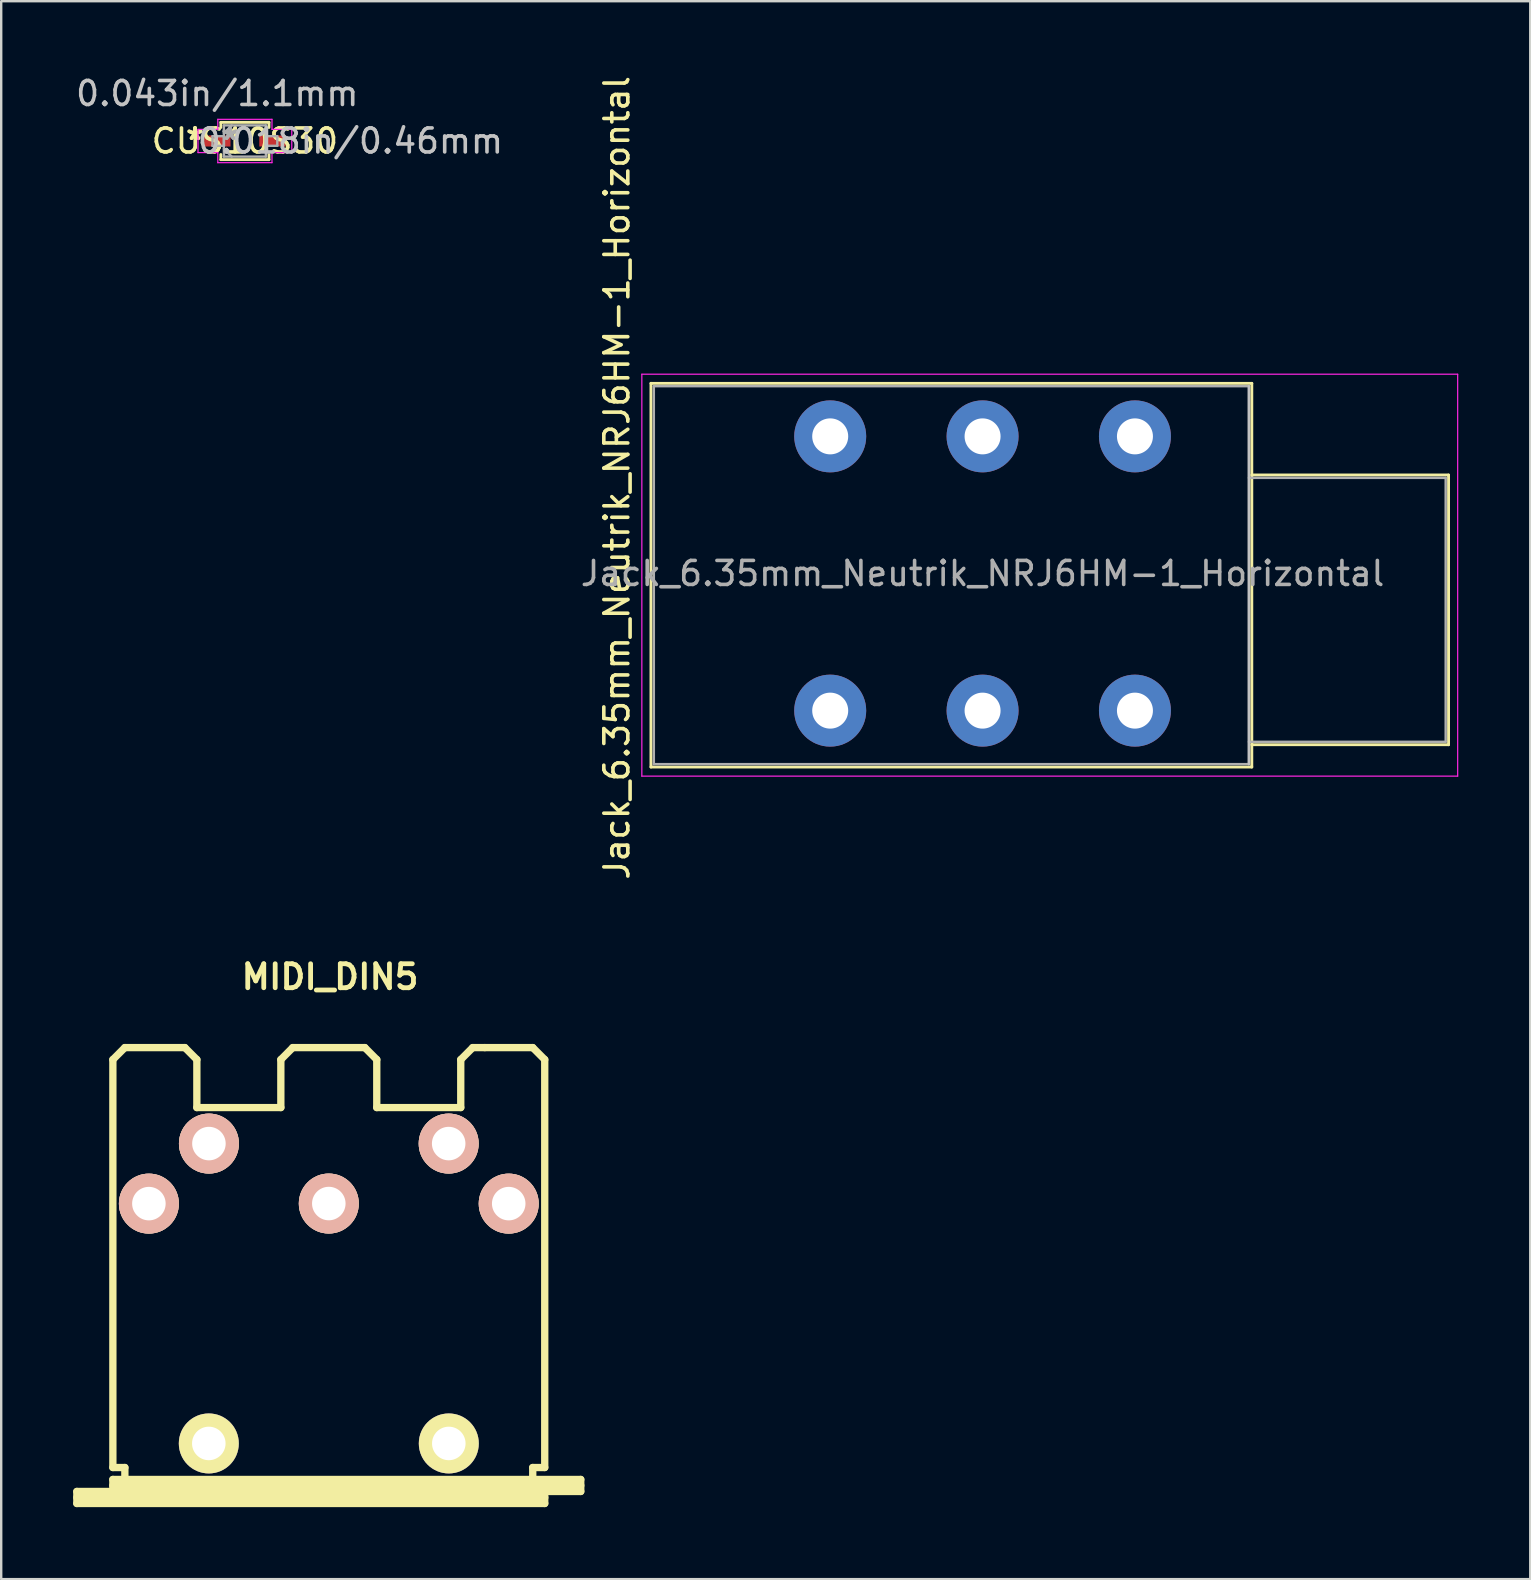
<source format=kicad_pcb>
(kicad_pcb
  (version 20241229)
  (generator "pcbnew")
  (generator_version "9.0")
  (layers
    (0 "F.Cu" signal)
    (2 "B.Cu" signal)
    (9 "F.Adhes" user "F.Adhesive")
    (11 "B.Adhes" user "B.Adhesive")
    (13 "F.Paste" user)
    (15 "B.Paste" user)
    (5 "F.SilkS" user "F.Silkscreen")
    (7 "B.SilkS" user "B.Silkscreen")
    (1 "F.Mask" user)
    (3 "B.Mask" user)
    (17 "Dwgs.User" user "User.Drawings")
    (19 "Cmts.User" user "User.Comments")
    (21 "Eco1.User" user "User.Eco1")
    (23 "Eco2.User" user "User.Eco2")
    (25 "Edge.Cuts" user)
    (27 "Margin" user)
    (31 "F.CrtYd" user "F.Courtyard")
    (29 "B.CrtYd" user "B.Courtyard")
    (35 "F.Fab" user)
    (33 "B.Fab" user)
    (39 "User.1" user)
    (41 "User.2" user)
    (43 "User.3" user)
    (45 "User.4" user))
  (footprint "MIDI_DIN5"
    (layer "F.Cu")
    (at 10.653 50.108)
    (property "Reference" "MIDI_DIN5" (at 0.051 -12.446 0) (layer "F.SilkS") (effects (font (size 1 1) (thickness 0.2))))
    (attr through_hole)
    (fp_line (start -10.5 8.999) (end -8.999 8.999) (stroke (width 0.305) (type solid)) (layer "F.SilkS"))
    (fp_line (start -10.5 9.251) (end 8.999 9.251) (stroke (width 0.305) (type solid)) (layer "F.SilkS"))
    (fp_line (start -10.5 9.5) (end -10.5 8.999) (stroke (width 0.305) (type solid)) (layer "F.SilkS"))
    (fp_line (start -8.999 -8.999) (end -8.999 8.001) (stroke (width 0.305) (type solid)) (layer "F.SilkS"))
    (fp_line (start -8.999 -8.999) (end -8.499 -9.5) (stroke (width 0.305) (type solid)) (layer "F.SilkS"))
    (fp_line (start -8.999 8.001) (end -8.499 8.001) (stroke (width 0.305) (type solid)) (layer "F.SilkS"))
    (fp_line (start -8.999 8.499) (end 10.5 8.499) (stroke (width 0.305) (type solid)) (layer "F.SilkS"))
    (fp_line (start -8.999 8.75) (end 10.5 8.75) (stroke (width 0.305) (type solid)) (layer "F.SilkS"))
    (fp_line (start -8.999 8.999) (end -8.999 8.499) (stroke (width 0.305) (type solid)) (layer "F.SilkS"))
    (fp_line (start -8.499 -9.5) (end -5.999 -9.5) (stroke (width 0.305) (type solid)) (layer "F.SilkS"))
    (fp_line (start -8.499 8.001) (end -8.499 8.499) (stroke (width 0.305) (type solid)) (layer "F.SilkS"))
    (fp_line (start -5.999 -9.5) (end -5.499 -8.999) (stroke (width 0.305) (type solid)) (layer "F.SilkS"))
    (fp_line (start -5.499 -8.999) (end -5.499 -7) (stroke (width 0.305) (type solid)) (layer "F.SilkS"))
    (fp_line (start -5.499 -7) (end -1.999 -7) (stroke (width 0.305) (type solid)) (layer "F.SilkS"))
    (fp_line (start -1.999 -8.999) (end -1.999 -7) (stroke (width 0.305) (type solid)) (layer "F.SilkS"))
    (fp_line (start -1.501 -9.5) (end -1.999 -8.999) (stroke (width 0.305) (type solid)) (layer "F.SilkS"))
    (fp_line (start -1.501 -9.5) (end 1.501 -9.5) (stroke (width 0.305) (type solid)) (layer "F.SilkS"))
    (fp_line (start 1.501 -9.5) (end 1.999 -8.999) (stroke (width 0.305) (type solid)) (layer "F.SilkS"))
    (fp_line (start 1.999 -8.999) (end 1.999 -7) (stroke (width 0.305) (type solid)) (layer "F.SilkS"))
    (fp_line (start 5.499 -8.999) (end 5.499 -7) (stroke (width 0.305) (type solid)) (layer "F.SilkS"))
    (fp_line (start 5.499 -7) (end 1.999 -7) (stroke (width 0.305) (type solid)) (layer "F.SilkS"))
    (fp_line (start 5.999 -9.5) (end 5.499 -8.999) (stroke (width 0.305) (type solid)) (layer "F.SilkS"))
    (fp_line (start 6.5 -9.5) (end 5.999 -9.5) (stroke (width 0.305) (type solid)) (layer "F.SilkS"))
    (fp_line (start 8.499 -9.5) (end 6.5 -9.5) (stroke (width 0.305) (type solid)) (layer "F.SilkS"))
    (fp_line (start 8.499 8.499) (end 8.499 8.001) (stroke (width 0.305) (type solid)) (layer "F.SilkS"))
    (fp_line (start 8.999 -8.999) (end 8.499 -9.5) (stroke (width 0.305) (type solid)) (layer "F.SilkS"))
    (fp_line (start 8.999 -8.999) (end 8.999 8.001) (stroke (width 0.305) (type solid)) (layer "F.SilkS"))
    (fp_line (start 8.999 8.001) (end 8.499 8.001) (stroke (width 0.305) (type solid)) (layer "F.SilkS"))
    (fp_line (start 8.999 8.999) (end -8.999 8.999) (stroke (width 0.305) (type solid)) (layer "F.SilkS"))
    (fp_line (start 8.999 8.999) (end 8.999 9.5) (stroke (width 0.305) (type solid)) (layer "F.SilkS"))
    (fp_line (start 8.999 9.5) (end -10.5 9.5) (stroke (width 0.305) (type solid)) (layer "F.SilkS"))
    (fp_line (start 10.5 8.499) (end 10.5 8.999) (stroke (width 0.305) (type solid)) (layer "F.SilkS"))
    (fp_line (start 10.5 8.999) (end 8.999 8.999) (stroke (width 0.305) (type solid)) (layer "F.SilkS"))
    (pad "" np_thru_hole circle (at -5.001 6.998) (size 2.499 2.499) (drill 1.397) (layers "*.Cu" "*.Mask" "F.SilkS"))
    (pad "" np_thru_hole circle (at 5.001 6.998) (size 2.499 2.499) (drill 1.397) (layers "*.Cu" "*.Mask" "F.SilkS"))
    (pad "1" thru_hole circle (at 7.498 -2.997) (size 2.499 2.499) (drill 1.397) (layers "*.Cu" "*.SilkS" "*.Mask"))
    (pad "2" thru_hole circle (at 0 -3) (size 2.499 2.499) (drill 1.397) (layers "*.Cu" "*.SilkS" "*.Mask"))
    (pad "3" thru_hole circle (at -7.498 -2.997) (size 2.499 2.499) (drill 1.397) (layers "*.Cu" "*.SilkS" "*.Mask"))
    (pad "4" thru_hole circle (at 4.996 -5.499) (size 2.499 2.499) (drill 1.397) (layers "*.Cu" "*.SilkS" "*.Mask"))
    (pad "5" thru_hole circle (at -4.996 -5.499) (size 2.499 2.499) (drill 1.397) (layers "*.Cu" "*.SilkS" "*.Mask")))
  (footprint "CUS10S30"
    (layer "F.Cu")
    (at 7.156 2.826)
    (property "Reference" "CUS10S30" (at 0 0 0) (layer "F.SilkS") (effects (font (size 1 1) (thickness 0.15))))
    (attr through_hole)
    (fp_line (start -1.002 -0.777) (end -1.002 -0.563) (stroke (width 0.12) (type solid)) (layer "F.SilkS"))
    (fp_line (start -1.002 0.563) (end -1.002 0.777) (stroke (width 0.12) (type solid)) (layer "F.SilkS"))
    (fp_line (start -1.002 0.777) (end 1.002 0.777) (stroke (width 0.12) (type solid)) (layer "F.SilkS"))
    (fp_line (start 1.002 -0.777) (end -1.002 -0.777) (stroke (width 0.12) (type solid)) (layer "F.SilkS"))
    (fp_line (start 1.002 -0.563) (end 1.002 -0.777) (stroke (width 0.12) (type solid)) (layer "F.SilkS"))
    (fp_line (start 1.002 0.777) (end 1.002 0.563) (stroke (width 0.12) (type solid)) (layer "F.SilkS"))
    (fp_line (start -1.954 -0.484) (end -1.129 -0.484) (stroke (width 0.05) (type solid)) (layer "F.CrtYd"))
    (fp_line (start -1.954 0.484) (end -1.954 -0.484) (stroke (width 0.05) (type solid)) (layer "F.CrtYd"))
    (fp_line (start -1.129 -0.904) (end 1.129 -0.904) (stroke (width 0.05) (type solid)) (layer "F.CrtYd"))
    (fp_line (start -1.129 -0.484) (end -1.129 -0.904) (stroke (width 0.05) (type solid)) (layer "F.CrtYd"))
    (fp_line (start -1.129 0.484) (end -1.954 0.484) (stroke (width 0.05) (type solid)) (layer "F.CrtYd"))
    (fp_line (start -1.129 0.904) (end -1.129 0.484) (stroke (width 0.05) (type solid)) (layer "F.CrtYd"))
    (fp_line (start 1.129 -0.904) (end 1.129 -0.484) (stroke (width 0.05) (type solid)) (layer "F.CrtYd"))
    (fp_line (start 1.129 -0.484) (end 1.954 -0.484) (stroke (width 0.05) (type solid)) (layer "F.CrtYd"))
    (fp_line (start 1.129 0.484) (end 1.129 0.904) (stroke (width 0.05) (type solid)) (layer "F.CrtYd"))
    (fp_line (start 1.129 0.904) (end -1.129 0.904) (stroke (width 0.05) (type solid)) (layer "F.CrtYd"))
    (fp_line (start 1.954 -0.484) (end 1.954 0.484) (stroke (width 0.05) (type solid)) (layer "F.CrtYd"))
    (fp_line (start 1.954 0.484) (end 1.129 0.484) (stroke (width 0.05) (type solid)) (layer "F.CrtYd"))
    (fp_line (start -1.35 -0.2) (end -1.35 0.2) (stroke (width 0.1) (type solid)) (layer "F.Fab"))
    (fp_line (start -1.35 0.2) (end -0.875 0.2) (stroke (width 0.1) (type solid)) (layer "F.Fab"))
    (fp_line (start -0.875 -0.65) (end -0.875 0.65) (stroke (width 0.1) (type solid)) (layer "F.Fab"))
    (fp_line (start -0.875 -0.325) (end -0.55 -0.65) (stroke (width 0.1) (type solid)) (layer "F.Fab"))
    (fp_line (start -0.875 -0.2) (end -1.35 -0.2) (stroke (width 0.1) (type solid)) (layer "F.Fab"))
    (fp_line (start -0.875 0.2) (end -0.875 -0.2) (stroke (width 0.1) (type solid)) (layer "F.Fab"))
    (fp_line (start -0.875 0.325) (end -0.55 0.65) (stroke (width 0.1) (type solid)) (layer "F.Fab"))
    (fp_line (start -0.875 0.65) (end 0.875 0.65) (stroke (width 0.1) (type solid)) (layer "F.Fab"))
    (fp_line (start 0.875 -0.65) (end -0.875 -0.65) (stroke (width 0.1) (type solid)) (layer "F.Fab"))
    (fp_line (start 0.875 -0.2) (end 0.875 0.2) (stroke (width 0.1) (type solid)) (layer "F.Fab"))
    (fp_line (start 0.875 0.2) (end 1.35 0.2) (stroke (width 0.1) (type solid)) (layer "F.Fab"))
    (fp_line (start 0.875 0.65) (end 0.875 -0.65) (stroke (width 0.1) (type solid)) (layer "F.Fab"))
    (fp_line (start 1.35 -0.2) (end 0.875 -0.2) (stroke (width 0.1) (type solid)) (layer "F.Fab"))
    (fp_line (start 1.35 0.2) (end 1.35 -0.2) (stroke (width 0.1) (type solid)) (layer "F.Fab"))
    (fp_text user "*" (at -2.081 0 0) (layer "F.SilkS") (effects (font (size 1 1) (thickness 0.15))))
    (fp_text user "*" (at -2.081 0 0) (layer "F.SilkS") (effects (font (size 1 1) (thickness 0.15))))
    (fp_text user "0.043in/1.1mm" (at -1.15 -1.978 0) (layer "Dwgs.User") (effects (font (size 1 1) (thickness 0.15))))
    (fp_text user "0.018in/0.46mm" (at 4.398 0 0) (layer "Dwgs.User") (effects (font (size 1 1) (thickness 0.15))))
    (fp_text user "Copyright 2021 Accelerated Designs. All rights reserved." (at 0 0 0) (layer "Cmts.User") (effects (font (size 0.127 0.127) (thickness 0.002))))
    (fp_text user "*" (at -0.621 0 0) (layer "F.Fab") (effects (font (size 1 1) (thickness 0.15))))
    (fp_text user "*" (at -0.621 0 0) (layer "F.Fab") (effects (font (size 1 1) (thickness 0.15))))
    (pad "1" smd rect (at -1.15 0) (size 1.1 0.46) (layers "F.Cu" "F.Mask" "F.Paste"))
    (pad "2" smd rect (at 1.15 0) (size 1.1 0.46) (layers "F.Cu" "F.Mask" "F.Paste")))
  (footprint "Jack_6.35mm_Neutrik_NRJ6HM-1_Horizontal"
    (layer "F.Cu")
    (at 31.549 15.136)
    (property "Reference" "Jack_6.35mm_Neutrik_NRJ6HM-1_Horizontal" (at -8.89 1.727 270) (layer "F.SilkS") (effects (font (size 1 1) (thickness 0.15))))
    (attr through_hole)
    (fp_line (start -7.47 -2.21) (end 17.57 -2.21) (stroke (width 0.12) (type solid)) (layer "F.SilkS"))
    (fp_line (start -7.47 13.78) (end -7.47 -2.21) (stroke (width 0.12) (type solid)) (layer "F.SilkS"))
    (fp_line (start -7.47 13.78) (end 17.57 13.78) (stroke (width 0.12) (type solid)) (layer "F.SilkS"))
    (fp_line (start 17.57 -2.21) (end 17.57 13.78) (stroke (width 0.12) (type solid)) (layer "F.SilkS"))
    (fp_line (start 25.77 1.61) (end 17.57 1.61) (stroke (width 0.12) (type solid)) (layer "F.SilkS"))
    (fp_line (start 25.77 12.85) (end 17.57 12.85) (stroke (width 0.12) (type solid)) (layer "F.SilkS"))
    (fp_line (start 25.77 12.85) (end 25.77 1.61) (stroke (width 0.12) (type solid)) (layer "F.SilkS"))
    (fp_line (start 17.45 -2.09) (end 17.45 13.66) (stroke (width 0.1) (type solid)) (layer "Dwgs.User"))
    (fp_line (start -7.85 14.16) (end -7.85 -2.59) (stroke (width 0.05) (type solid)) (layer "F.CrtYd"))
    (fp_line (start -7.85 14.16) (end 26.15 14.16) (stroke (width 0.05) (type solid)) (layer "F.CrtYd"))
    (fp_line (start 26.15 -2.59) (end -7.85 -2.59) (stroke (width 0.05) (type solid)) (layer "F.CrtYd"))
    (fp_line (start 26.15 14.16) (end 26.15 -2.59) (stroke (width 0.05) (type solid)) (layer "F.CrtYd"))
    (fp_line (start -7.35 -2.09) (end 17.45 -2.09) (stroke (width 0.1) (type solid)) (layer "F.Fab"))
    (fp_line (start -7.35 13.66) (end -7.35 -2.09) (stroke (width 0.1) (type solid)) (layer "F.Fab"))
    (fp_line (start 17.45 -2.09) (end 17.45 13.66) (stroke (width 0.1) (type solid)) (layer "F.Fab"))
    (fp_line (start 17.45 12.73) (end 25.65 12.73) (stroke (width 0.1) (type solid)) (layer "F.Fab"))
    (fp_line (start 17.45 13.66) (end -7.35 13.66) (stroke (width 0.1) (type solid)) (layer "F.Fab"))
    (fp_line (start 25.65 1.73) (end 17.45 1.73) (stroke (width 0.1) (type solid)) (layer "F.Fab"))
    (fp_line (start 25.65 12.73) (end 25.65 1.73) (stroke (width 0.1) (type solid)) (layer "F.Fab"))
    (fp_text user "${REFERENCE}" (at 6.35 5.715 180) (layer "F.Fab") (effects (font (size 1 1) (thickness 0.15))))
    (pad "R" thru_hole circle (at 6.35 0) (size 3 3) (drill 1.5) (layers "*.Cu" "*.Mask"))
    (pad "RN" thru_hole circle (at 6.35 11.43) (size 3 3) (drill 1.5) (layers "*.Cu" "*.Mask"))
    (pad "S" thru_hole circle (at 12.7 0) (size 3 3) (drill 1.5) (layers "*.Cu" "*.Mask"))
    (pad "SN" thru_hole circle (at 12.7 11.43) (size 3 3) (drill 1.5) (layers "*.Cu" "*.Mask"))
    (pad "T" thru_hole circle (at 0 0) (size 3 3) (drill 1.5) (layers "*.Cu" "*.Mask"))
    (pad "TN" thru_hole circle (at 0 11.43) (size 3 3) (drill 1.5) (layers "*.Cu" "*.Mask")))
  (gr_rect
    (start -3 -3)
    (end 60.724 62.76)
    (stroke (width 0.1) (type default))
    (fill no)
    (layer "Edge.Cuts")))
</source>
